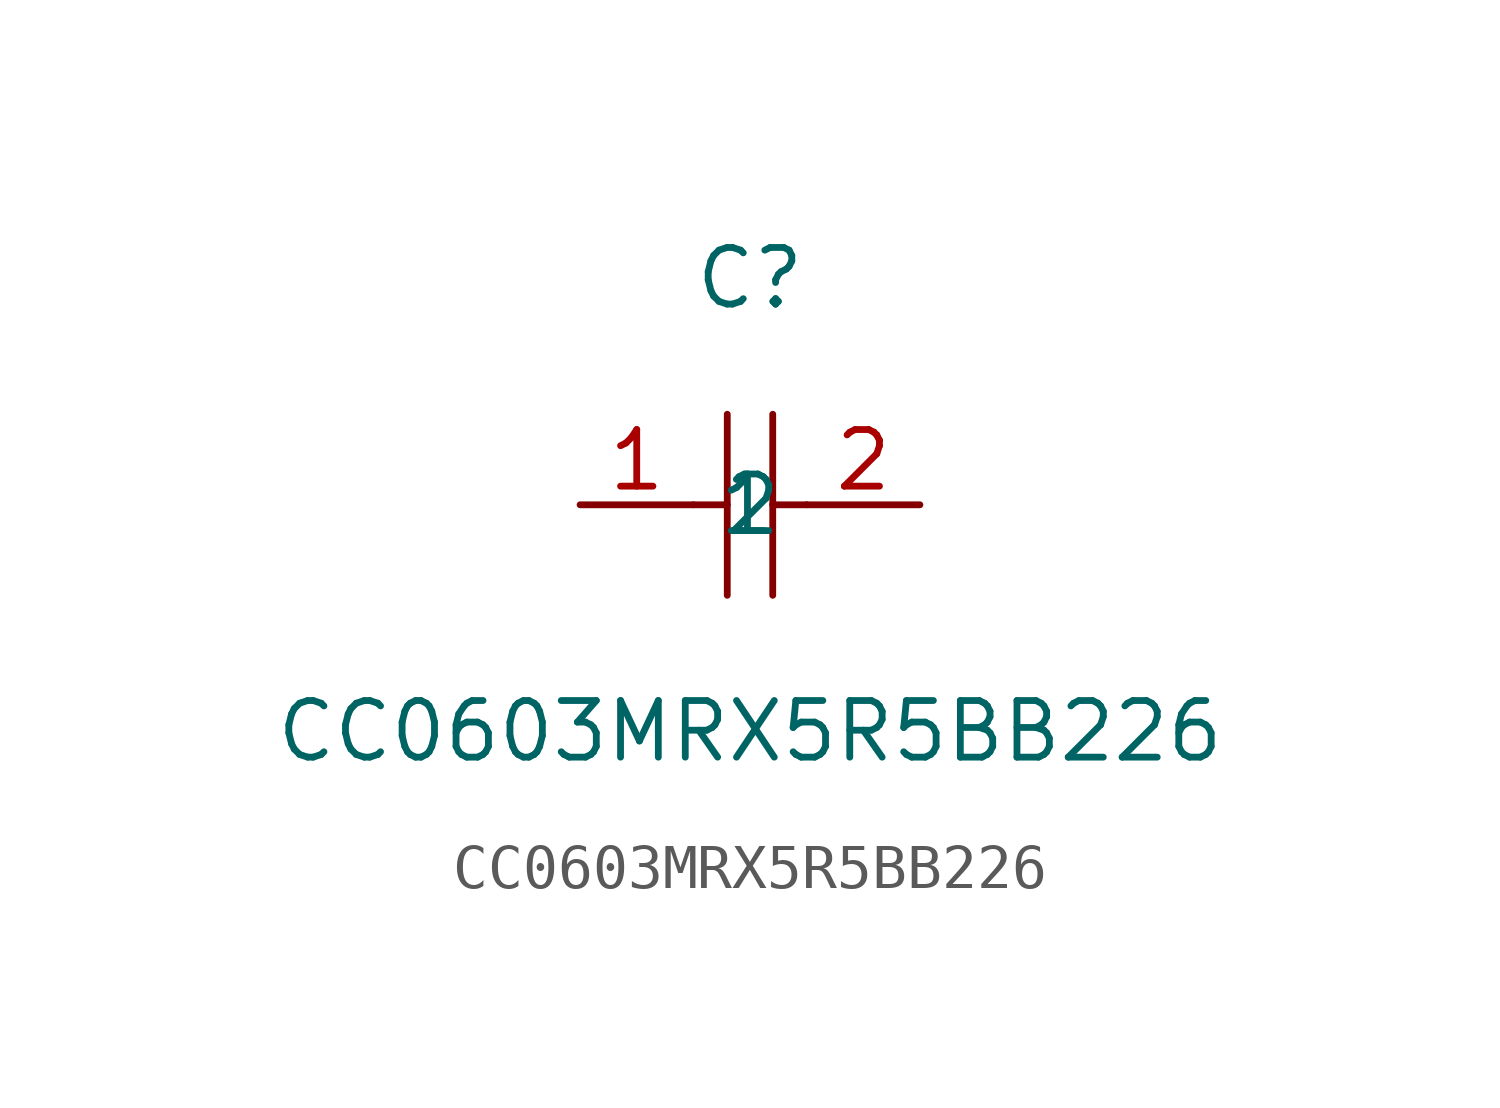
<source format=kicad_sym>
(kicad_symbol_lib
  (version 1)
  (generator "faebryk")
  (symbol "CC0603MRX5R5BB226"
    (property "Reference" "C"
      (at 0 5.08 0)
      (effects (font (size 1.27 1.27)) (hide no)))
    (property "Value" "CC0603MRX5R5BB226"
      (at 0 -5.08 0)
      (effects (font (size 1.27 1.27)) (hide no)))
    (symbol "CC0603MRX5R5BB226_0_1"
      (polyline (stroke (width 0) (type default) (color 0 0 0 0)) (fill (type none)) (pts (xy -0.51 2.03) (xy -0.51 -2.03)))
      (polyline (stroke (width 0) (type default) (color 0 0 0 0)) (fill (type none)) (pts (xy 0.51 2.03) (xy 0.51 -2.03)))
      (polyline (stroke (width 0) (type default) (color 0 0 0 0)) (fill (type none)) (pts (xy -1.27 0) (xy -0.51 0)))
      (polyline (stroke (width 0) (type default) (color 0 0 0 0)) (fill (type none)) (pts (xy 0.51 0) (xy 1.27 0)))
      (pin input line (at -3.81 0 0) (length 2.54) (name "1" (effects (font (size 1.27 1.27)) (hide no))) (number "1" (effects (font (size 1.27 1.27)) (hide no))))
      (pin input line (at 3.81 0 180) (length 2.54) (name "2" (effects (font (size 1.27 1.27)) (hide no))) (number "2" (effects (font (size 1.27 1.27)) (hide no)))))))
</source>
